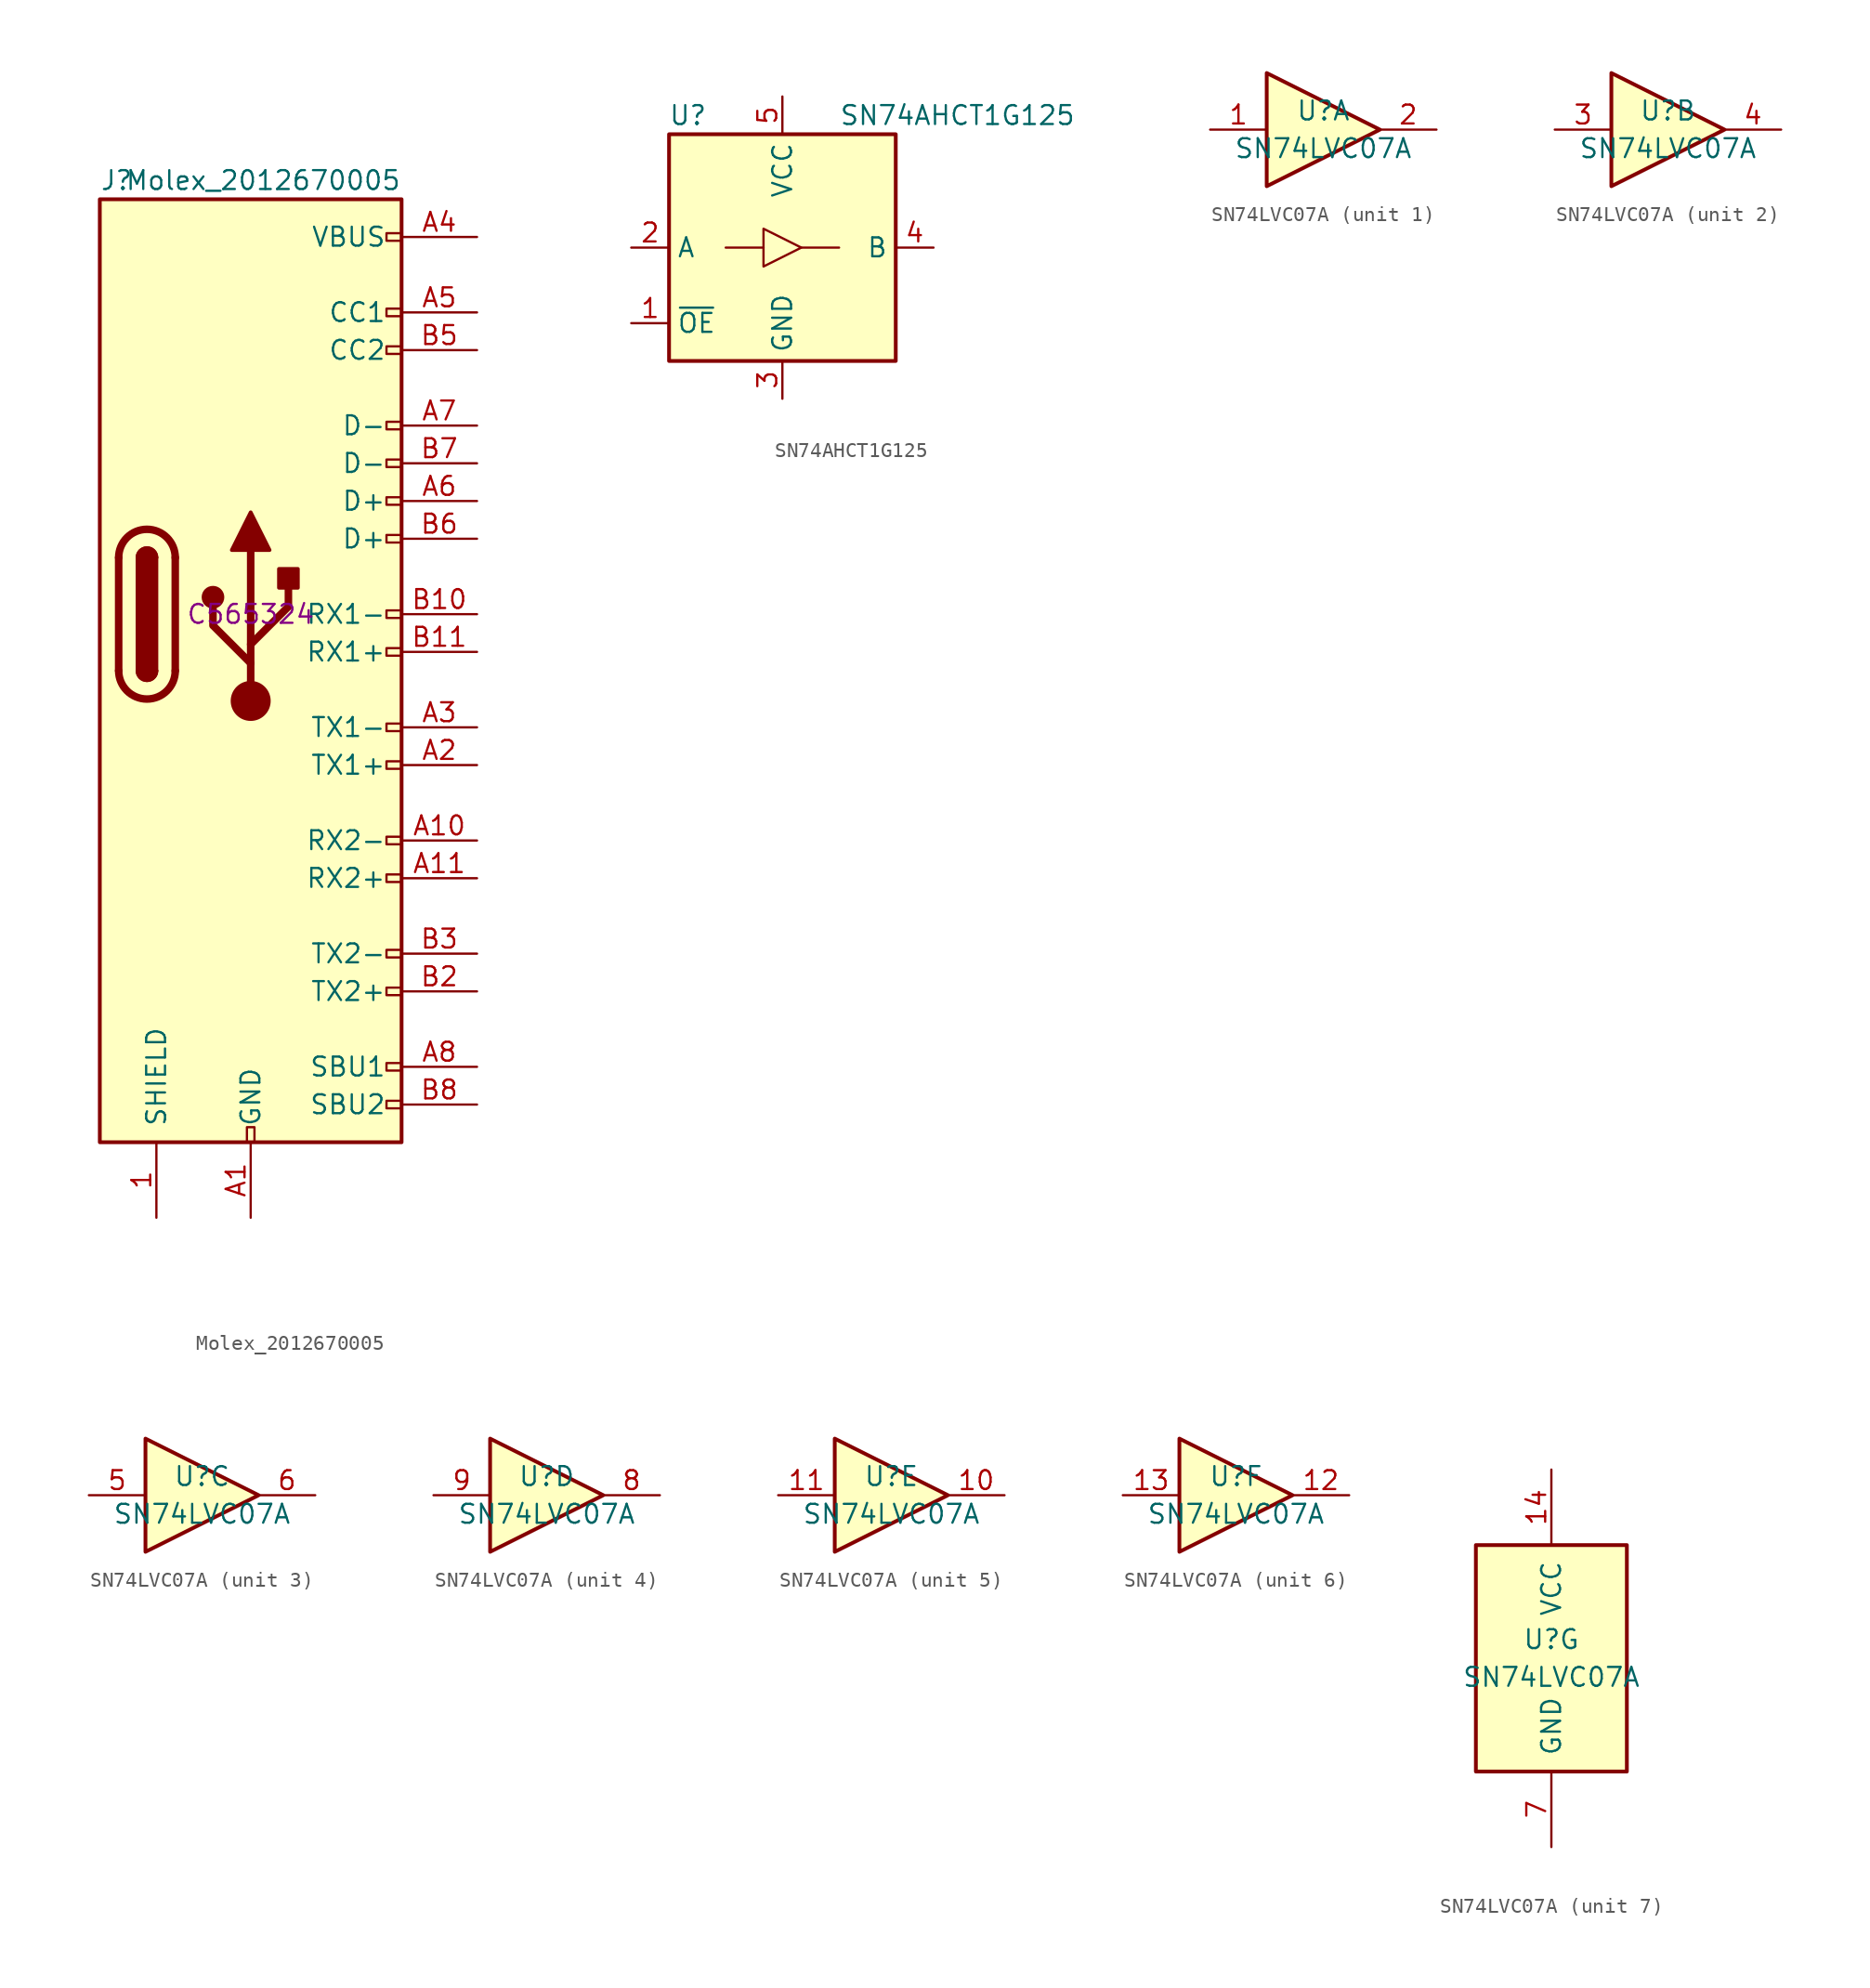
<source format=kicad_sym>
(kicad_symbol_lib
  (version 20211014)
  (generator kicad_symbol_editor)
  (symbol "Molex_2012670005"
    (pin_names
      (offset 1.016))
    (property "Reference" "J"
      (at -10.16 29.21 0)
      (effects (font (size 1.27 1.27)) (justify left)))
    (property "Value" "Molex_2012670005"
      (at 10.16 29.21 0)
      (effects (font (size 1.27 1.27)) (justify right)))
    (property "LCSC" "C565324"
      (at 0 0 0)
      (effects (font (size 1.27 1.27))))
    (symbol "Molex_2012670005_0_0"
      (rectangle (start -0.254 -35.56) (end 0.254 -34.544) (stroke (width 0) (type default) (color 0 0 0 0)) (fill (type none)))
      (rectangle (start 10.16 -32.766) (end 9.144 -33.274) (stroke (width 0) (type default) (color 0 0 0 0)) (fill (type none)))
      (rectangle (start 10.16 -30.226) (end 9.144 -30.734) (stroke (width 0) (type default) (color 0 0 0 0)) (fill (type none)))
      (rectangle (start 10.16 -25.146) (end 9.144 -25.654) (stroke (width 0) (type default) (color 0 0 0 0)) (fill (type none)))
      (rectangle (start 10.16 -22.606) (end 9.144 -23.114) (stroke (width 0) (type default) (color 0 0 0 0)) (fill (type none)))
      (rectangle (start 10.16 -17.526) (end 9.144 -18.034) (stroke (width 0) (type default) (color 0 0 0 0)) (fill (type none)))
      (rectangle (start 10.16 -14.986) (end 9.144 -15.494) (stroke (width 0) (type default) (color 0 0 0 0)) (fill (type none)))
      (rectangle (start 10.16 -9.906) (end 9.144 -10.414) (stroke (width 0) (type default) (color 0 0 0 0)) (fill (type none)))
      (rectangle (start 10.16 -7.366) (end 9.144 -7.874) (stroke (width 0) (type default) (color 0 0 0 0)) (fill (type none)))
      (rectangle (start 10.16 -2.286) (end 9.144 -2.794) (stroke (width 0) (type default) (color 0 0 0 0)) (fill (type none)))
      (rectangle (start 10.16 0.254) (end 9.144 -0.254) (stroke (width 0) (type default) (color 0 0 0 0)) (fill (type none)))
      (rectangle (start 10.16 5.334) (end 9.144 4.826) (stroke (width 0) (type default) (color 0 0 0 0)) (fill (type none)))
      (rectangle (start 10.16 7.874) (end 9.144 7.366) (stroke (width 0) (type default) (color 0 0 0 0)) (fill (type none)))
      (rectangle (start 10.16 10.414) (end 9.144 9.906) (stroke (width 0) (type default) (color 0 0 0 0)) (fill (type none)))
      (rectangle (start 10.16 12.954) (end 9.144 12.446) (stroke (width 0) (type default) (color 0 0 0 0)) (fill (type none)))
      (rectangle (start 10.16 18.034) (end 9.144 17.526) (stroke (width 0) (type default) (color 0 0 0 0)) (fill (type none)))
      (rectangle (start 10.16 20.574) (end 9.144 20.066) (stroke (width 0) (type default) (color 0 0 0 0)) (fill (type none)))
      (rectangle (start 10.16 25.654) (end 9.144 25.146) (stroke (width 0) (type default) (color 0 0 0 0)) (fill (type none))))
    (symbol "Molex_2012670005_0_1"
      (rectangle (start -10.16 27.94) (end 10.16 -35.56) (stroke (width 0.254) (type default) (color 0 0 0 0)) (fill (type background)))
      (arc (start -8.89 -3.81) (mid -6.985 -5.715) (end -5.08 -3.81) (stroke (width 0.508) (type default) (color 0 0 0 0)) (fill (type none)))
      (arc (start -7.62 -3.81) (mid -6.985 -4.445) (end -6.35 -3.81) (stroke (width 0.254) (type default) (color 0 0 0 0)) (fill (type none)))
      (arc (start -7.62 -3.81) (mid -6.985 -4.445) (end -6.35 -3.81) (stroke (width 0.254) (type default) (color 0 0 0 0)) (fill (type outline)))
      (rectangle (start -7.62 -3.81) (end -6.35 3.81) (stroke (width 0.254) (type default) (color 0 0 0 0)) (fill (type outline)))
      (arc (start -6.35 3.81) (mid -6.985 4.445) (end -7.62 3.81) (stroke (width 0.254) (type default) (color 0 0 0 0)) (fill (type none)))
      (arc (start -6.35 3.81) (mid -6.985 4.445) (end -7.62 3.81) (stroke (width 0.254) (type default) (color 0 0 0 0)) (fill (type outline)))
      (arc (start -5.08 3.81) (mid -6.985 5.715) (end -8.89 3.81) (stroke (width 0.508) (type default) (color 0 0 0 0)) (fill (type none)))
      (polyline (pts (xy -8.89 -3.81) (xy -8.89 3.81)) (stroke (width 0.508) (type default) (color 0 0 0 0)) (fill (type none)))
      (polyline (pts (xy -5.08 3.81) (xy -5.08 -3.81)) (stroke (width 0.508) (type default) (color 0 0 0 0)) (fill (type none))))
    (symbol "Molex_2012670005_1_1"
      (circle (center -2.54 1.143) (radius 0.635) (stroke (width 0.254) (type default) (color 0 0 0 0)) (fill (type outline)))
      (circle (center 0 -5.842) (radius 1.27) (stroke (width 0) (type default) (color 0 0 0 0)) (fill (type outline)))
      (polyline (pts (xy 0 -5.842) (xy 0 4.318)) (stroke (width 0.508) (type default) (color 0 0 0 0)) (fill (type none)))
      (polyline (pts (xy 0 -3.302) (xy -2.54 -0.762) (xy -2.54 0.508)) (stroke (width 0.508) (type default) (color 0 0 0 0)) (fill (type none)))
      (polyline (pts (xy 0 -2.032) (xy 2.54 0.508) (xy 2.54 1.778)) (stroke (width 0.508) (type default) (color 0 0 0 0)) (fill (type none)))
      (polyline (pts (xy -1.27 4.318) (xy 0 6.858) (xy 1.27 4.318) (xy -1.27 4.318)) (stroke (width 0.254) (type default) (color 0 0 0 0)) (fill (type outline)))
      (rectangle (start 1.905 1.778) (end 3.175 3.048) (stroke (width 0.254) (type default) (color 0 0 0 0)) (fill (type outline)))
      (pin passive line (at -6.35 -40.64 90) (length 5.08) (name "SHIELD" (effects (font (size 1.27 1.27)))) (number "1" (effects (font (size 1.27 1.27)))))
      (pin passive line (at -6.35 -40.64 90) (length 5.08) hide (name "SHIELD" (effects (font (size 1.27 1.27)))) (number "2" (effects (font (size 1.27 1.27)))))
      (pin passive line (at -6.35 -40.64 90) (length 5.08) hide (name "SHIELD" (effects (font (size 1.27 1.27)))) (number "3" (effects (font (size 1.27 1.27)))))
      (pin passive line (at -6.35 -40.64 90) (length 5.08) hide (name "SHIELD" (effects (font (size 1.27 1.27)))) (number "4" (effects (font (size 1.27 1.27)))))
      (pin passive line (at 0 -40.64 90) (length 5.08) (name "GND" (effects (font (size 1.27 1.27)))) (number "A1" (effects (font (size 1.27 1.27)))))
      (pin bidirectional line (at 15.24 -15.24 180) (length 5.08) (name "RX2-" (effects (font (size 1.27 1.27)))) (number "A10" (effects (font (size 1.27 1.27)))))
      (pin bidirectional line (at 15.24 -17.78 180) (length 5.08) (name "RX2+" (effects (font (size 1.27 1.27)))) (number "A11" (effects (font (size 1.27 1.27)))))
      (pin passive line (at 0 -40.64 90) (length 5.08) hide (name "GND" (effects (font (size 1.27 1.27)))) (number "A12" (effects (font (size 1.27 1.27)))))
      (pin bidirectional line (at 15.24 -10.16 180) (length 5.08) (name "TX1+" (effects (font (size 1.27 1.27)))) (number "A2" (effects (font (size 1.27 1.27)))))
      (pin bidirectional line (at 15.24 -7.62 180) (length 5.08) (name "TX1-" (effects (font (size 1.27 1.27)))) (number "A3" (effects (font (size 1.27 1.27)))))
      (pin passive line (at 15.24 25.4 180) (length 5.08) (name "VBUS" (effects (font (size 1.27 1.27)))) (number "A4" (effects (font (size 1.27 1.27)))))
      (pin bidirectional line (at 15.24 20.32 180) (length 5.08) (name "CC1" (effects (font (size 1.27 1.27)))) (number "A5" (effects (font (size 1.27 1.27)))))
      (pin bidirectional line (at 15.24 7.62 180) (length 5.08) (name "D+" (effects (font (size 1.27 1.27)))) (number "A6" (effects (font (size 1.27 1.27)))))
      (pin bidirectional line (at 15.24 12.7 180) (length 5.08) (name "D-" (effects (font (size 1.27 1.27)))) (number "A7" (effects (font (size 1.27 1.27)))))
      (pin bidirectional line (at 15.24 -30.48 180) (length 5.08) (name "SBU1" (effects (font (size 1.27 1.27)))) (number "A8" (effects (font (size 1.27 1.27)))))
      (pin passive line (at 15.24 25.4 180) (length 5.08) hide (name "VBUS" (effects (font (size 1.27 1.27)))) (number "A9" (effects (font (size 1.27 1.27)))))
      (pin passive line (at 0 -40.64 90) (length 5.08) hide (name "GND" (effects (font (size 1.27 1.27)))) (number "B1" (effects (font (size 1.27 1.27)))))
      (pin bidirectional line (at 15.24 0 180) (length 5.08) (name "RX1-" (effects (font (size 1.27 1.27)))) (number "B10" (effects (font (size 1.27 1.27)))))
      (pin bidirectional line (at 15.24 -2.54 180) (length 5.08) (name "RX1+" (effects (font (size 1.27 1.27)))) (number "B11" (effects (font (size 1.27 1.27)))))
      (pin passive line (at 0 -40.64 90) (length 5.08) hide (name "GND" (effects (font (size 1.27 1.27)))) (number "B12" (effects (font (size 1.27 1.27)))))
      (pin bidirectional line (at 15.24 -25.4 180) (length 5.08) (name "TX2+" (effects (font (size 1.27 1.27)))) (number "B2" (effects (font (size 1.27 1.27)))))
      (pin bidirectional line (at 15.24 -22.86 180) (length 5.08) (name "TX2-" (effects (font (size 1.27 1.27)))) (number "B3" (effects (font (size 1.27 1.27)))))
      (pin passive line (at 15.24 25.4 180) (length 5.08) hide (name "VBUS" (effects (font (size 1.27 1.27)))) (number "B4" (effects (font (size 1.27 1.27)))))
      (pin bidirectional line (at 15.24 17.78 180) (length 5.08) (name "CC2" (effects (font (size 1.27 1.27)))) (number "B5" (effects (font (size 1.27 1.27)))))
      (pin bidirectional line (at 15.24 5.08 180) (length 5.08) (name "D+" (effects (font (size 1.27 1.27)))) (number "B6" (effects (font (size 1.27 1.27)))))
      (pin bidirectional line (at 15.24 10.16 180) (length 5.08) (name "D-" (effects (font (size 1.27 1.27)))) (number "B7" (effects (font (size 1.27 1.27)))))
      (pin bidirectional line (at 15.24 -33.02 180) (length 5.08) (name "SBU2" (effects (font (size 1.27 1.27)))) (number "B8" (effects (font (size 1.27 1.27)))))
      (pin passive line (at 15.24 25.4 180) (length 5.08) hide (name "VBUS" (effects (font (size 1.27 1.27)))) (number "B9" (effects (font (size 1.27 1.27)))))))
  (symbol "SN74AHCT1G125"
    (property "Reference" "U"
      (at -6.35 11.43 0)
      (effects (font (size 1.27 1.27))))
    (property "Value" "SN74AHCT1G125"
      (at 3.81 11.43 0)
      (effects (font (size 1.27 1.27)) (justify left)))
    (symbol "SN74AHCT1G125_0_1"
      (rectangle (start -7.62 10.16) (end 7.62 -5.08) (stroke (width 0.254) (type default) (color 0 0 0 0)) (fill (type background)))
      (polyline (pts (xy -3.81 2.54) (xy -1.27 2.54)) (stroke (width 0) (type default) (color 0 0 0 0)) (fill (type none)))
      (polyline (pts (xy 3.81 2.54) (xy 1.27 2.54)) (stroke (width 0) (type default) (color 0 0 0 0)) (fill (type none)))
      (polyline (pts (xy -1.27 1.27) (xy -1.27 3.81) (xy 1.27 2.54) (xy -1.27 1.27)) (stroke (width 0) (type default) (color 0 0 0 0)) (fill (type none))))
    (symbol "SN74AHCT1G125_1_1"
      (pin input line (at -10.16 -2.54 0) (length 2.54) (name "~{OE}" (effects (font (size 1.27 1.27)))) (number "1" (effects (font (size 1.27 1.27)))))
      (pin input line (at -10.16 2.54 0) (length 2.54) (name "A" (effects (font (size 1.27 1.27)))) (number "2" (effects (font (size 1.27 1.27)))))
      (pin power_in line (at 0 -7.62 90) (length 2.54) (name "GND" (effects (font (size 1.27 1.27)))) (number "3" (effects (font (size 1.27 1.27)))))
      (pin output line (at 10.16 2.54 180) (length 2.54) (name "B" (effects (font (size 1.27 1.27)))) (number "4" (effects (font (size 1.27 1.27)))))
      (pin power_in line (at 0 12.7 270) (length 2.54) (name "VCC" (effects (font (size 1.27 1.27)))) (number "5" (effects (font (size 1.27 1.27)))))))
  (symbol "SN74LVC07A"
    (pin_names
      (offset 1.016))
    (property "Reference" "U"
      (at 0 1.27 0)
      (effects (font (size 1.27 1.27))))
    (property "Value" "SN74LVC07A"
      (at 0 -1.27 0)
      (effects (font (size 1.27 1.27))))
    (property "ki_locked" ""
      (at 0 0 0)
      (effects (font (size 1.27 1.27))))
    (symbol "SN74LVC07A_1_0"
      (polyline (pts (xy -3.81 3.81) (xy -3.81 -3.81) (xy 3.81 0) (xy -3.81 3.81)) (stroke (width 0.254) (type default) (color 0 0 0 0)) (fill (type background)))
      (pin input line (at -7.62 0 0) (length 3.81) (name "~" (effects (font (size 1.27 1.27)))) (number "1" (effects (font (size 1.27 1.27)))))
      (pin open_collector line (at 7.62 0 180) (length 3.81) (name "~" (effects (font (size 1.27 1.27)))) (number "2" (effects (font (size 1.27 1.27))))))
    (symbol "SN74LVC07A_2_0"
      (polyline (pts (xy -3.81 3.81) (xy -3.81 -3.81) (xy 3.81 0) (xy -3.81 3.81)) (stroke (width 0.254) (type default) (color 0 0 0 0)) (fill (type background)))
      (pin input line (at -7.62 0 0) (length 3.81) (name "~" (effects (font (size 1.27 1.27)))) (number "3" (effects (font (size 1.27 1.27)))))
      (pin open_collector line (at 7.62 0 180) (length 3.81) (name "~" (effects (font (size 1.27 1.27)))) (number "4" (effects (font (size 1.27 1.27))))))
    (symbol "SN74LVC07A_3_0"
      (polyline (pts (xy -3.81 3.81) (xy -3.81 -3.81) (xy 3.81 0) (xy -3.81 3.81)) (stroke (width 0.254) (type default) (color 0 0 0 0)) (fill (type background)))
      (pin input line (at -7.62 0 0) (length 3.81) (name "~" (effects (font (size 1.27 1.27)))) (number "5" (effects (font (size 1.27 1.27)))))
      (pin open_collector line (at 7.62 0 180) (length 3.81) (name "~" (effects (font (size 1.27 1.27)))) (number "6" (effects (font (size 1.27 1.27))))))
    (symbol "SN74LVC07A_4_0"
      (polyline (pts (xy -3.81 3.81) (xy -3.81 -3.81) (xy 3.81 0) (xy -3.81 3.81)) (stroke (width 0.254) (type default) (color 0 0 0 0)) (fill (type background)))
      (pin open_collector line (at 7.62 0 180) (length 3.81) (name "~" (effects (font (size 1.27 1.27)))) (number "8" (effects (font (size 1.27 1.27)))))
      (pin input line (at -7.62 0 0) (length 3.81) (name "~" (effects (font (size 1.27 1.27)))) (number "9" (effects (font (size 1.27 1.27))))))
    (symbol "SN74LVC07A_5_0"
      (polyline (pts (xy -3.81 3.81) (xy -3.81 -3.81) (xy 3.81 0) (xy -3.81 3.81)) (stroke (width 0.254) (type default) (color 0 0 0 0)) (fill (type background)))
      (pin open_collector line (at 7.62 0 180) (length 3.81) (name "~" (effects (font (size 1.27 1.27)))) (number "10" (effects (font (size 1.27 1.27)))))
      (pin input line (at -7.62 0 0) (length 3.81) (name "~" (effects (font (size 1.27 1.27)))) (number "11" (effects (font (size 1.27 1.27))))))
    (symbol "SN74LVC07A_6_0"
      (polyline (pts (xy -3.81 3.81) (xy -3.81 -3.81) (xy 3.81 0) (xy -3.81 3.81)) (stroke (width 0.254) (type default) (color 0 0 0 0)) (fill (type background)))
      (pin open_collector line (at 7.62 0 180) (length 3.81) (name "~" (effects (font (size 1.27 1.27)))) (number "12" (effects (font (size 1.27 1.27)))))
      (pin input line (at -7.62 0 0) (length 3.81) (name "~" (effects (font (size 1.27 1.27)))) (number "13" (effects (font (size 1.27 1.27))))))
    (symbol "SN74LVC07A_7_0"
      (pin power_in line (at 0 12.7 270) (length 5.08) (name "VCC" (effects (font (size 1.27 1.27)))) (number "14" (effects (font (size 1.27 1.27)))))
      (pin power_in line (at 0 -12.7 90) (length 5.08) (name "GND" (effects (font (size 1.27 1.27)))) (number "7" (effects (font (size 1.27 1.27))))))
    (symbol "SN74LVC07A_7_1"
      (rectangle (start -5.08 7.62) (end 5.08 -7.62) (stroke (width 0.254) (type default) (color 0 0 0 0)) (fill (type background))))))
</source>
